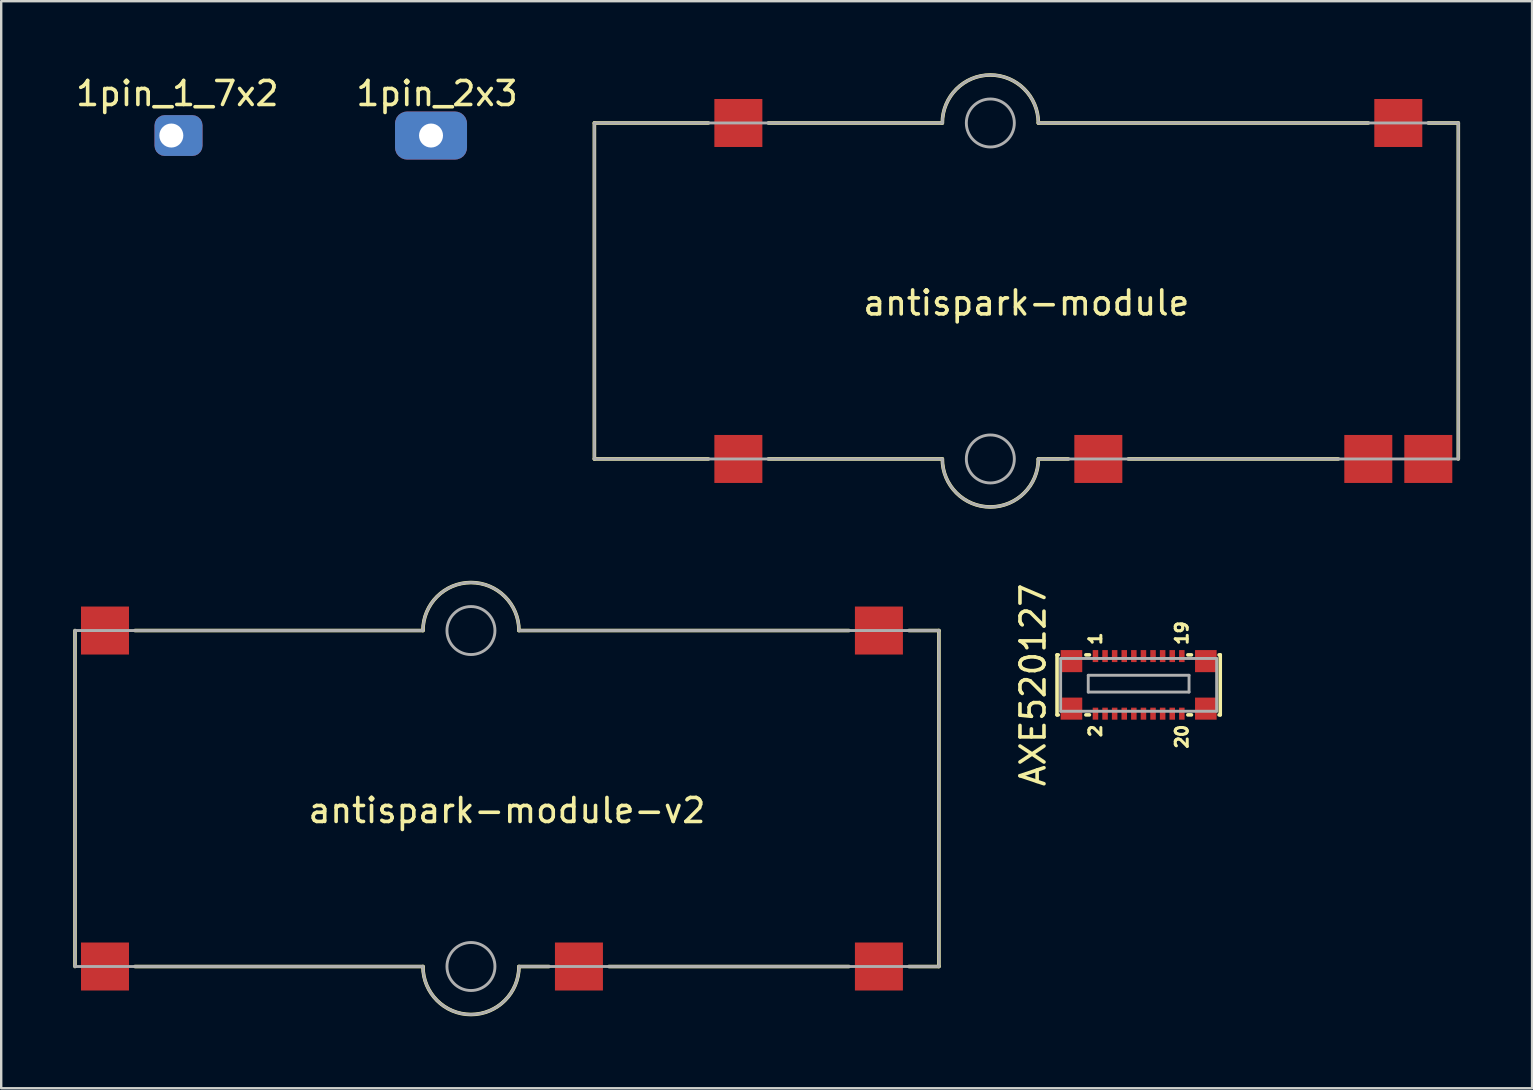
<source format=kicad_pcb>
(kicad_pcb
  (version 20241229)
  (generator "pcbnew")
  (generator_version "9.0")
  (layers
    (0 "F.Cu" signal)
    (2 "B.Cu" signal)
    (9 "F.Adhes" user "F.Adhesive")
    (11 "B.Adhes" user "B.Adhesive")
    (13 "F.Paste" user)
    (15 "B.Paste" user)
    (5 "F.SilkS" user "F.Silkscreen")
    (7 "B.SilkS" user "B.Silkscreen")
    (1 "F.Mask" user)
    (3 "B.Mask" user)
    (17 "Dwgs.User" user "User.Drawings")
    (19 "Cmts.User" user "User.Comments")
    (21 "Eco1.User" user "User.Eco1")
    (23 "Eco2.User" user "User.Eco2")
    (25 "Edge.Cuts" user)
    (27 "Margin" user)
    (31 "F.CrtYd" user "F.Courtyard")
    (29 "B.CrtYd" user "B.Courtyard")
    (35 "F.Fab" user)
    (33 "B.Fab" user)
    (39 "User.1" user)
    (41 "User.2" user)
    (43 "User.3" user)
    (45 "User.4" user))
  (footprint "antispark-module-v2"
    (layer "F.Cu")
    (at 18.075 30.225)
    (property "Reference" "antispark-module-v2" (at 0 0.5 0) (layer "F.SilkS") (effects (font (size 1 1) (thickness 0.15))))
    (attr through_hole)
    (fp_line (start -18 -7) (end -18 7) (stroke (width 0.15) (type solid)) (layer "F.SilkS"))
    (fp_line (start -15.5 -7) (end -3.5 -7) (stroke (width 0.15) (type solid)) (layer "F.SilkS"))
    (fp_line (start -15.5 7) (end -3.5 7) (stroke (width 0.15) (type solid)) (layer "F.SilkS"))
    (fp_line (start 0.5 7) (end 1.75 7) (stroke (width 0.15) (type solid)) (layer "F.SilkS"))
    (fp_line (start 4.25 7) (end 14.25 7) (stroke (width 0.15) (type solid)) (layer "F.SilkS"))
    (fp_line (start 14.25 -7) (end 0.5 -7) (stroke (width 0.15) (type solid)) (layer "F.SilkS"))
    (fp_line (start 18 -7) (end 16.75 -7) (stroke (width 0.15) (type solid)) (layer "F.SilkS"))
    (fp_line (start 18 7) (end 16.75 7) (stroke (width 0.15) (type solid)) (layer "F.SilkS"))
    (fp_line (start 18 7) (end 18 -7) (stroke (width 0.15) (type solid)) (layer "F.SilkS"))
    (fp_arc (start -3.5 -7) (mid -1.5 -9) (end 0.5 -7) (stroke (width 0.15) (type solid)) (layer "F.SilkS"))
    (fp_arc (start 0.5 7) (mid -1.5 9) (end -3.5 7) (stroke (width 0.15) (type solid)) (layer "F.SilkS"))
    (fp_line (start -18 -7) (end -3.5 -7) (stroke (width 0.12) (type solid)) (layer "F.Fab"))
    (fp_line (start -18 7) (end -18 -7) (stroke (width 0.12) (type solid)) (layer "F.Fab"))
    (fp_line (start -3.5 7) (end -18 7) (stroke (width 0.12) (type solid)) (layer "F.Fab"))
    (fp_line (start 0.5 -7) (end 18 -7) (stroke (width 0.12) (type solid)) (layer "F.Fab"))
    (fp_line (start 0.5 7) (end 18 7) (stroke (width 0.12) (type solid)) (layer "F.Fab"))
    (fp_line (start 18 -7) (end 18 7) (stroke (width 0.12) (type solid)) (layer "F.Fab"))
    (fp_arc (start -3.5 -7) (mid -1.5 -9) (end 0.5 -7) (stroke (width 0.12) (type solid)) (layer "F.Fab"))
    (fp_arc (start 0.5 7) (mid -1.5 9) (end -3.5 7) (stroke (width 0.12) (type solid)) (layer "F.Fab"))
    (fp_circle (center -1.5 -7) (end -0.5 -7) (stroke (width 0.12) (type solid)) (fill no) (layer "F.Fab"))
    (fp_circle (center -1.5 7) (end -0.5 7) (stroke (width 0.12) (type solid)) (fill no) (layer "F.Fab"))
    (pad "1" smd rect (at -16.75 7) (size 2 2) (layers "F.Cu" "F.Mask"))
    (pad "2" smd rect (at 3 7) (size 2 2) (layers "F.Cu" "F.Mask"))
    (pad "3" smd rect (at 15.5 7) (size 2 2) (layers "F.Cu" "F.Mask"))
    (pad "4" smd rect (at 15.5 -7 90) (size 2 2) (layers "F.Cu" "F.Mask"))
    (pad "5" smd rect (at -16.75 -7) (size 2 2) (layers "F.Cu" "F.Mask")))
  (footprint "antispark-module"
    (layer "F.Cu")
    (at 39.718 9.075)
    (property "Reference" "antispark-module" (at 0 0.5 0) (layer "F.SilkS") (effects (font (size 1 1) (thickness 0.15))))
    (attr through_hole)
    (fp_line (start -18 -7) (end -18 7) (stroke (width 0.15) (type solid)) (layer "F.SilkS"))
    (fp_line (start -18 7) (end -13.25 7) (stroke (width 0.15) (type solid)) (layer "F.SilkS"))
    (fp_line (start -13.25 -7) (end -18 -7) (stroke (width 0.15) (type solid)) (layer "F.SilkS"))
    (fp_line (start -10.75 -7) (end -3.5 -7) (stroke (width 0.15) (type solid)) (layer "F.SilkS"))
    (fp_line (start -10.75 7) (end -3.5 7) (stroke (width 0.15) (type solid)) (layer "F.SilkS"))
    (fp_line (start 0.5 7) (end 1.75 7) (stroke (width 0.15) (type solid)) (layer "F.SilkS"))
    (fp_line (start 4.25 7) (end 13 7) (stroke (width 0.15) (type solid)) (layer "F.SilkS"))
    (fp_line (start 14.25 -7) (end 0.5 -7) (stroke (width 0.15) (type solid)) (layer "F.SilkS"))
    (fp_line (start 18 -7) (end 16.75 -7) (stroke (width 0.15) (type solid)) (layer "F.SilkS"))
    (fp_line (start 18 7) (end 18 -7) (stroke (width 0.15) (type solid)) (layer "F.SilkS"))
    (fp_arc (start -3.5 -7) (mid -1.5 -9) (end 0.5 -7) (stroke (width 0.15) (type solid)) (layer "F.SilkS"))
    (fp_arc (start 0.5 7) (mid -1.5 9) (end -3.5 7) (stroke (width 0.15) (type solid)) (layer "F.SilkS"))
    (fp_line (start -18 -7) (end -3.5 -7) (stroke (width 0.12) (type solid)) (layer "F.Fab"))
    (fp_line (start -18 7) (end -18 -7) (stroke (width 0.12) (type solid)) (layer "F.Fab"))
    (fp_line (start -3.5 7) (end -18 7) (stroke (width 0.12) (type solid)) (layer "F.Fab"))
    (fp_line (start 0.5 -7) (end 18 -7) (stroke (width 0.12) (type solid)) (layer "F.Fab"))
    (fp_line (start 0.5 7) (end 18 7) (stroke (width 0.12) (type solid)) (layer "F.Fab"))
    (fp_line (start 18 -7) (end 18 7) (stroke (width 0.12) (type solid)) (layer "F.Fab"))
    (fp_arc (start -3.5 -7) (mid -1.5 -9) (end 0.5 -7) (stroke (width 0.12) (type solid)) (layer "F.Fab"))
    (fp_arc (start 0.5 7) (mid -1.5 9) (end -3.5 7) (stroke (width 0.12) (type solid)) (layer "F.Fab"))
    (fp_circle (center -1.5 -7) (end -0.5 -7) (stroke (width 0.12) (type solid)) (fill no) (layer "F.Fab"))
    (fp_circle (center -1.5 7) (end -0.5 7) (stroke (width 0.12) (type solid)) (fill no) (layer "F.Fab"))
    (pad "1" smd rect (at -12 7) (size 2 2) (layers "F.Cu" "F.Mask"))
    (pad "2" smd rect (at 3 7) (size 2 2) (layers "F.Cu" "F.Mask"))
    (pad "3" smd rect (at 14.25 7) (size 2 2) (layers "F.Cu" "F.Mask"))
    (pad "4" smd rect (at 16.75 7) (size 2 2) (layers "F.Cu" "F.Mask"))
    (pad "5" smd rect (at 15.5 -7 90) (size 2 2) (layers "F.Cu" "F.Mask"))
    (pad "6" smd rect (at -12 -7) (size 2 2) (layers "F.Cu" "F.Mask")))
  (footprint "1pin_1_7x2"
    (layer "F.Cu")
    (at 4.339 2.598)
    (property "Reference" "1pin_1_7x2" (at 0 -1.75 0) (layer "F.SilkS") (effects (font (size 1 1) (thickness 0.15))))
    (attr through_hole)
    (pad "1" thru_hole roundrect (at -0.25 0) (size 2 1.7) (drill 1 (offset 0.3 0)) (layers "*.Cu" "*.Mask") (roundrect_rratio 0.25)))
  (footprint "1pin_2x3"
    (layer "F.Cu")
    (at 15.161 2.598)
    (property "Reference" "1pin_2x3" (at 0 -1.75 0) (layer "F.SilkS") (effects (font (size 1 1) (thickness 0.15))))
    (attr through_hole)
    (pad "1" thru_hole roundrect (at -0.25 0) (size 3 2) (drill 1) (layers "*.Cu" "*.Mask") (roundrect_rratio 0.25)))
  (footprint "AXE520127"
    (layer "F.Cu")
    (at 44.398 25.489)
    (property "Reference" "AXE520127" (at -4.4 0 90) (layer "F.SilkS") (effects (font (size 1 1) (thickness 0.15))))
    (attr through_hole)
    (fp_line (start -3.4 -1.25) (end -3.4 1.25) (stroke (width 0.15) (type solid)) (layer "F.SilkS"))
    (fp_line (start -3.4 -1.25) (end -3.35 -1.25) (stroke (width 0.15) (type solid)) (layer "F.SilkS"))
    (fp_line (start -3.4 1.25) (end -3.35 1.25) (stroke (width 0.15) (type solid)) (layer "F.SilkS"))
    (fp_line (start -2.2 -1.25) (end -2.05 -1.25) (stroke (width 0.15) (type solid)) (layer "F.SilkS"))
    (fp_line (start -2.2 1.25) (end -2.05 1.25) (stroke (width 0.15) (type solid)) (layer "F.SilkS"))
    (fp_line (start 2.05 -1.25) (end 2.2 -1.25) (stroke (width 0.15) (type solid)) (layer "F.SilkS"))
    (fp_line (start 2.05 1.25) (end 2.2 1.25) (stroke (width 0.15) (type solid)) (layer "F.SilkS"))
    (fp_line (start 3.35 1.25) (end 3.4 1.25) (stroke (width 0.15) (type solid)) (layer "F.SilkS"))
    (fp_line (start 3.4 -1.25) (end 3.35 -1.25) (stroke (width 0.15) (type solid)) (layer "F.SilkS"))
    (fp_line (start 3.4 1.25) (end 3.4 -1.25) (stroke (width 0.15) (type solid)) (layer "F.SilkS"))
    (fp_line (start -3.25 -1.1) (end 3.25 -1.1) (stroke (width 0.12) (type solid)) (layer "F.Fab"))
    (fp_line (start -3.25 1.1) (end -3.25 -1.1) (stroke (width 0.12) (type solid)) (layer "F.Fab"))
    (fp_line (start -2.1 -0.4) (end 2.1 -0.4) (stroke (width 0.12) (type solid)) (layer "F.Fab"))
    (fp_line (start -2.1 0.3) (end -2.1 -0.4) (stroke (width 0.12) (type solid)) (layer "F.Fab"))
    (fp_line (start 2.1 -0.4) (end 2.1 0.3) (stroke (width 0.12) (type solid)) (layer "F.Fab"))
    (fp_line (start 2.1 0.3) (end -2.1 0.3) (stroke (width 0.12) (type solid)) (layer "F.Fab"))
    (fp_line (start 3.25 -1.1) (end 3.25 1.1) (stroke (width 0.12) (type solid)) (layer "F.Fab"))
    (fp_line (start 3.25 1.1) (end -3.25 1.1) (stroke (width 0.12) (type solid)) (layer "F.Fab"))
    (fp_text user "2" (at -1.8 1.6 90) (layer "F.SilkS") (effects (font (size 0.5 0.5) (thickness 0.125)) (justify right)))
    (fp_text user "19" (at 1.8 -1.6 90) (layer "F.SilkS") (effects (font (size 0.5 0.5) (thickness 0.125)) (justify left)))
    (fp_text user "20" (at 1.8 1.6 90) (layer "F.SilkS") (effects (font (size 0.5 0.5) (thickness 0.125)) (justify right)))
    (fp_text user "1" (at -1.8 -1.6 90) (layer "F.SilkS") (effects (font (size 0.5 0.5) (thickness 0.125)) (justify left)))
    (pad "1" smd rect (at -1.8 -1.2) (size 0.23 0.5) (layers "F.Cu" "F.Mask" "F.Paste"))
    (pad "2" smd rect (at -1.8 1.2) (size 0.23 0.5) (layers "F.Cu" "F.Mask" "F.Paste"))
    (pad "3" smd rect (at -1.4 -1.2) (size 0.23 0.5) (layers "F.Cu" "F.Mask" "F.Paste"))
    (pad "4" smd rect (at -1.4 1.2) (size 0.23 0.5) (layers "F.Cu" "F.Mask" "F.Paste"))
    (pad "5" smd rect (at -1 -1.2) (size 0.23 0.5) (layers "F.Cu" "F.Mask" "F.Paste"))
    (pad "6" smd rect (at -1 1.2) (size 0.23 0.5) (layers "F.Cu" "F.Mask" "F.Paste"))
    (pad "7" smd rect (at -0.6 -1.2) (size 0.23 0.5) (layers "F.Cu" "F.Mask" "F.Paste"))
    (pad "8" smd rect (at -0.6 1.2) (size 0.23 0.5) (layers "F.Cu" "F.Mask" "F.Paste"))
    (pad "9" smd rect (at -0.2 -1.2) (size 0.23 0.5) (layers "F.Cu" "F.Mask" "F.Paste"))
    (pad "10" smd rect (at -0.2 1.2) (size 0.23 0.5) (layers "F.Cu" "F.Mask" "F.Paste"))
    (pad "11" smd rect (at 0.2 -1.2) (size 0.23 0.5) (layers "F.Cu" "F.Mask" "F.Paste"))
    (pad "12" smd rect (at 0.2 1.2) (size 0.23 0.5) (layers "F.Cu" "F.Mask" "F.Paste"))
    (pad "13" smd rect (at 0.6 -1.2) (size 0.23 0.5) (layers "F.Cu" "F.Mask" "F.Paste"))
    (pad "14" smd rect (at 0.6 1.2) (size 0.23 0.5) (layers "F.Cu" "F.Mask" "F.Paste"))
    (pad "15" smd rect (at 1 -1.2) (size 0.23 0.5) (layers "F.Cu" "F.Mask" "F.Paste"))
    (pad "16" smd rect (at 1 1.2) (size 0.23 0.5) (layers "F.Cu" "F.Mask" "F.Paste"))
    (pad "17" smd rect (at 1.4 -1.2) (size 0.23 0.5) (layers "F.Cu" "F.Mask" "F.Paste"))
    (pad "18" smd rect (at 1.4 1.2) (size 0.23 0.5) (layers "F.Cu" "F.Mask" "F.Paste"))
    (pad "19" smd rect (at 1.8 -1.2) (size 0.23 0.5) (layers "F.Cu" "F.Mask" "F.Paste"))
    (pad "20" smd rect (at 1.8 1.2) (size 0.23 0.5) (layers "F.Cu" "F.Mask" "F.Paste"))
    (pad "21" smd rect (at -2.8 -0.99) (size 0.9 0.92) (layers "F.Cu" "F.Mask" "F.Paste"))
    (pad "21" smd rect (at -2.8 0.99) (size 0.9 0.92) (layers "F.Cu" "F.Mask" "F.Paste"))
    (pad "21" smd rect (at 2.8 -0.99) (size 0.9 0.92) (layers "F.Cu" "F.Mask" "F.Paste"))
    (pad "21" smd rect (at 2.8 0.99) (size 0.9 0.92) (layers "F.Cu" "F.Mask" "F.Paste")))
  (gr_rect
    (start -3 -3)
    (end 60.793 42.3)
    (stroke (width 0.1) (type default))
    (fill no)
    (layer "Edge.Cuts")))
</source>
